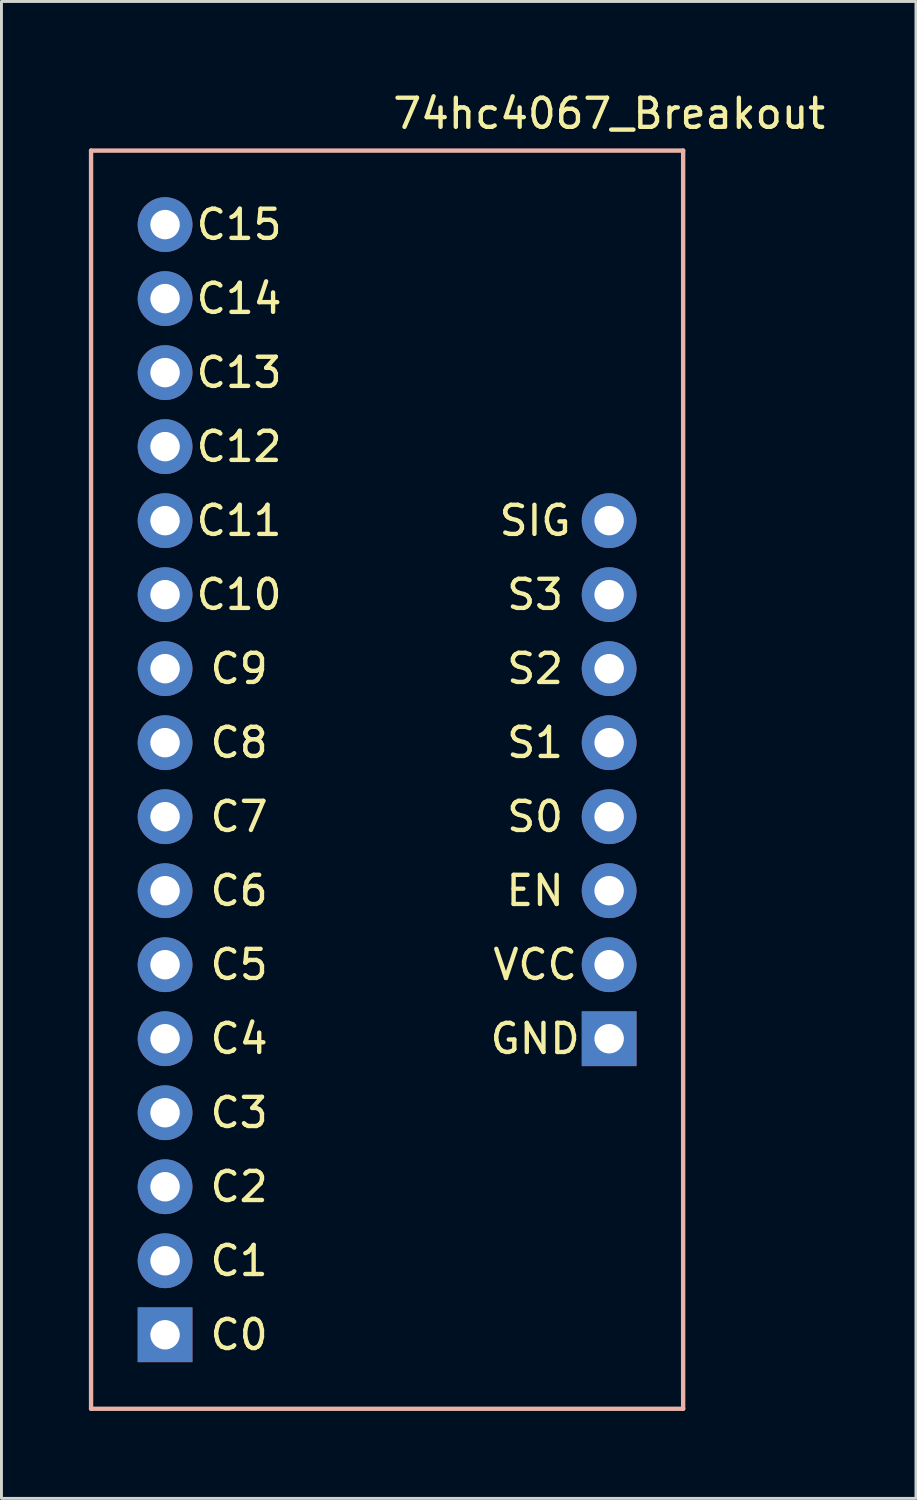
<source format=kicad_pcb>
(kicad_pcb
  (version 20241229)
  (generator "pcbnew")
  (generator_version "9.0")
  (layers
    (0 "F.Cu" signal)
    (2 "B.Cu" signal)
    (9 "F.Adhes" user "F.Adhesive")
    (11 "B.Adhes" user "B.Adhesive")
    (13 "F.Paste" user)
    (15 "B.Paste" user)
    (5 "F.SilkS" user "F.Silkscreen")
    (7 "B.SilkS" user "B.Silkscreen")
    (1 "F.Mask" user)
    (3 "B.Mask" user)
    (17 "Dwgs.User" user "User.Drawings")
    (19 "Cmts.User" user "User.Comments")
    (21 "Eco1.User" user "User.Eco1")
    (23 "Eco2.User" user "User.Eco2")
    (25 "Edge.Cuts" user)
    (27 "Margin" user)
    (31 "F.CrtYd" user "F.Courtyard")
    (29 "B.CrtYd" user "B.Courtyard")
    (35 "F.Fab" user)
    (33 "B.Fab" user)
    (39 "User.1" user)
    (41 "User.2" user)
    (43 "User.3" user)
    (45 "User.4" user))
  (footprint "74hc4067_Breakout"
    (layer "F.Cu")
    (at 10.235 23.708)
    (property "Reference" "74hc4067_Breakout" (at 7.62 -22.86 0) (layer "F.SilkS") (effects (font (size 1 1) (thickness 0.15))))
    (attr through_hole)
    (fp_line (start -10.16 -21.59) (end 10.16 -21.59) (stroke (width 0.15) (type solid)) (layer "B.SilkS"))
    (fp_line (start -10.16 21.59) (end -10.16 -21.59) (stroke (width 0.15) (type solid)) (layer "B.SilkS"))
    (fp_line (start 10.16 -21.59) (end 10.16 21.59) (stroke (width 0.15) (type solid)) (layer "B.SilkS"))
    (fp_line (start 10.16 21.59) (end -10.16 21.59) (stroke (width 0.15) (type solid)) (layer "B.SilkS"))
    (fp_text user "C4" (at -5.08 8.89 0) (layer "F.SilkS") (effects (font (size 1 1) (thickness 0.15))))
    (fp_text user "S1" (at 5.08 -1.27 0) (layer "F.SilkS") (effects (font (size 1 1) (thickness 0.15))))
    (fp_text user "C11" (at -5.08 -8.89 0) (layer "F.SilkS") (effects (font (size 1 1) (thickness 0.15))))
    (fp_text user "C6" (at -5.08 3.81 0) (layer "F.SilkS") (effects (font (size 1 1) (thickness 0.15))))
    (fp_text user "S2" (at 5.08 -3.81 0) (layer "F.SilkS") (effects (font (size 1 1) (thickness 0.15))))
    (fp_text user "C0" (at -5.08 19.05 0) (layer "F.SilkS") (effects (font (size 1 1) (thickness 0.15))))
    (fp_text user "C2" (at -5.08 13.97 0) (layer "F.SilkS") (effects (font (size 1 1) (thickness 0.15))))
    (fp_text user "C1" (at -5.08 16.51 0) (layer "F.SilkS") (effects (font (size 1 1) (thickness 0.15))))
    (fp_text user "GND" (at 5.08 8.89 0) (layer "F.SilkS") (effects (font (size 1 1) (thickness 0.15))))
    (fp_text user "C7" (at -5.08 1.27 0) (layer "F.SilkS") (effects (font (size 1 1) (thickness 0.15))))
    (fp_text user "C12" (at -5.08 -11.43 0) (layer "F.SilkS") (effects (font (size 1 1) (thickness 0.15))))
    (fp_text user "C8" (at -5.08 -1.27 0) (layer "F.SilkS") (effects (font (size 1 1) (thickness 0.15))))
    (fp_text user "SIG" (at 5.08 -8.89 0) (layer "F.SilkS") (effects (font (size 1 1) (thickness 0.15))))
    (fp_text user "C3" (at -5.08 11.43 0) (layer "F.SilkS") (effects (font (size 1 1) (thickness 0.15))))
    (fp_text user "EN" (at 5.08 3.81 0) (layer "F.SilkS") (effects (font (size 1 1) (thickness 0.15))))
    (fp_text user "C5" (at -5.08 6.35 0) (layer "F.SilkS") (effects (font (size 1 1) (thickness 0.15))))
    (fp_text user "C15" (at -5.08 -19.05 0) (layer "F.SilkS") (effects (font (size 1 1) (thickness 0.15))))
    (fp_text user "S3" (at 5.08 -6.35 0) (layer "F.SilkS") (effects (font (size 1 1) (thickness 0.15))))
    (fp_text user "VCC" (at 5.08 6.35 0) (layer "F.SilkS") (effects (font (size 1 1) (thickness 0.15))))
    (fp_text user "C13" (at -5.08 -13.97 0) (layer "F.SilkS") (effects (font (size 1 1) (thickness 0.15))))
    (fp_text user "C9" (at -5.08 -3.81 0) (layer "F.SilkS") (effects (font (size 1 1) (thickness 0.15))))
    (fp_text user "C10" (at -5.08 -6.35 0) (layer "F.SilkS") (effects (font (size 1 1) (thickness 0.15))))
    (fp_text user "S0" (at 5.08 1.27 0) (layer "F.SilkS") (effects (font (size 1 1) (thickness 0.15))))
    (fp_text user "C14" (at -5.08 -16.51 0) (layer "F.SilkS") (effects (font (size 1 1) (thickness 0.15))))
    (pad "1" thru_hole rect (at -7.62 19.05 180) (size 1.88 1.88) (drill 1.01) (layers "*.Cu" "*.Mask"))
    (pad "1" thru_hole rect (at 7.62 8.89 180) (size 1.88 1.88) (drill 1.01) (layers "*.Cu" "*.Mask"))
    (pad "2" thru_hole circle (at -7.62 16.51 180) (size 1.88 1.88) (drill 1.01) (layers "*.Cu" "*.Mask"))
    (pad "2" thru_hole circle (at 7.62 6.35 180) (size 1.88 1.88) (drill 1.01) (layers "*.Cu" "*.Mask"))
    (pad "3" thru_hole circle (at -7.62 13.97 180) (size 1.88 1.88) (drill 1.01) (layers "*.Cu" "*.Mask"))
    (pad "3" thru_hole circle (at 7.62 3.81 180) (size 1.88 1.88) (drill 1.01) (layers "*.Cu" "*.Mask"))
    (pad "4" thru_hole circle (at -7.62 11.43 180) (size 1.88 1.88) (drill 1.01) (layers "*.Cu" "*.Mask"))
    (pad "4" thru_hole circle (at 7.62 1.27 180) (size 1.88 1.88) (drill 1.01) (layers "*.Cu" "*.Mask"))
    (pad "5" thru_hole circle (at -7.62 8.89 180) (size 1.88 1.88) (drill 1.01) (layers "*.Cu" "*.Mask"))
    (pad "5" thru_hole circle (at 7.62 -1.27 180) (size 1.88 1.88) (drill 1.01) (layers "*.Cu" "*.Mask"))
    (pad "6" thru_hole circle (at -7.62 6.35 180) (size 1.88 1.88) (drill 1.01) (layers "*.Cu" "*.Mask"))
    (pad "6" thru_hole circle (at 7.62 -3.81 180) (size 1.88 1.88) (drill 1.01) (layers "*.Cu" "*.Mask"))
    (pad "7" thru_hole circle (at -7.62 3.81 180) (size 1.88 1.88) (drill 1.01) (layers "*.Cu" "*.Mask"))
    (pad "7" thru_hole circle (at 7.62 -6.35 180) (size 1.88 1.88) (drill 1.01) (layers "*.Cu" "*.Mask"))
    (pad "8" thru_hole circle (at -7.62 1.27 180) (size 1.88 1.88) (drill 1.01) (layers "*.Cu" "*.Mask"))
    (pad "8" thru_hole circle (at 7.62 -8.89 180) (size 1.88 1.88) (drill 1.01) (layers "*.Cu" "*.Mask"))
    (pad "9" thru_hole circle (at -7.62 -1.27 180) (size 1.88 1.88) (drill 1.01) (layers "*.Cu" "*.Mask"))
    (pad "10" thru_hole circle (at -7.62 -3.81 180) (size 1.88 1.88) (drill 1.01) (layers "*.Cu" "*.Mask"))
    (pad "11" thru_hole circle (at -7.62 -6.35 180) (size 1.88 1.88) (drill 1.01) (layers "*.Cu" "*.Mask"))
    (pad "12" thru_hole circle (at -7.62 -8.89 180) (size 1.88 1.88) (drill 1.01) (layers "*.Cu" "*.Mask"))
    (pad "13" thru_hole circle (at -7.62 -11.43 180) (size 1.88 1.88) (drill 1.01) (layers "*.Cu" "*.Mask"))
    (pad "14" thru_hole circle (at -7.62 -13.97 180) (size 1.88 1.88) (drill 1.01) (layers "*.Cu" "*.Mask"))
    (pad "15" thru_hole circle (at -7.62 -16.51 180) (size 1.88 1.88) (drill 1.01) (layers "*.Cu" "*.Mask"))
    (pad "16" thru_hole circle (at -7.62 -19.05 180) (size 1.88 1.88) (drill 1.01) (layers "*.Cu" "*.Mask")))
  (gr_rect
    (start -3 -3)
    (end 28.385 48.373)
    (stroke (width 0.1) (type default))
    (fill no)
    (layer "Edge.Cuts")))
</source>
